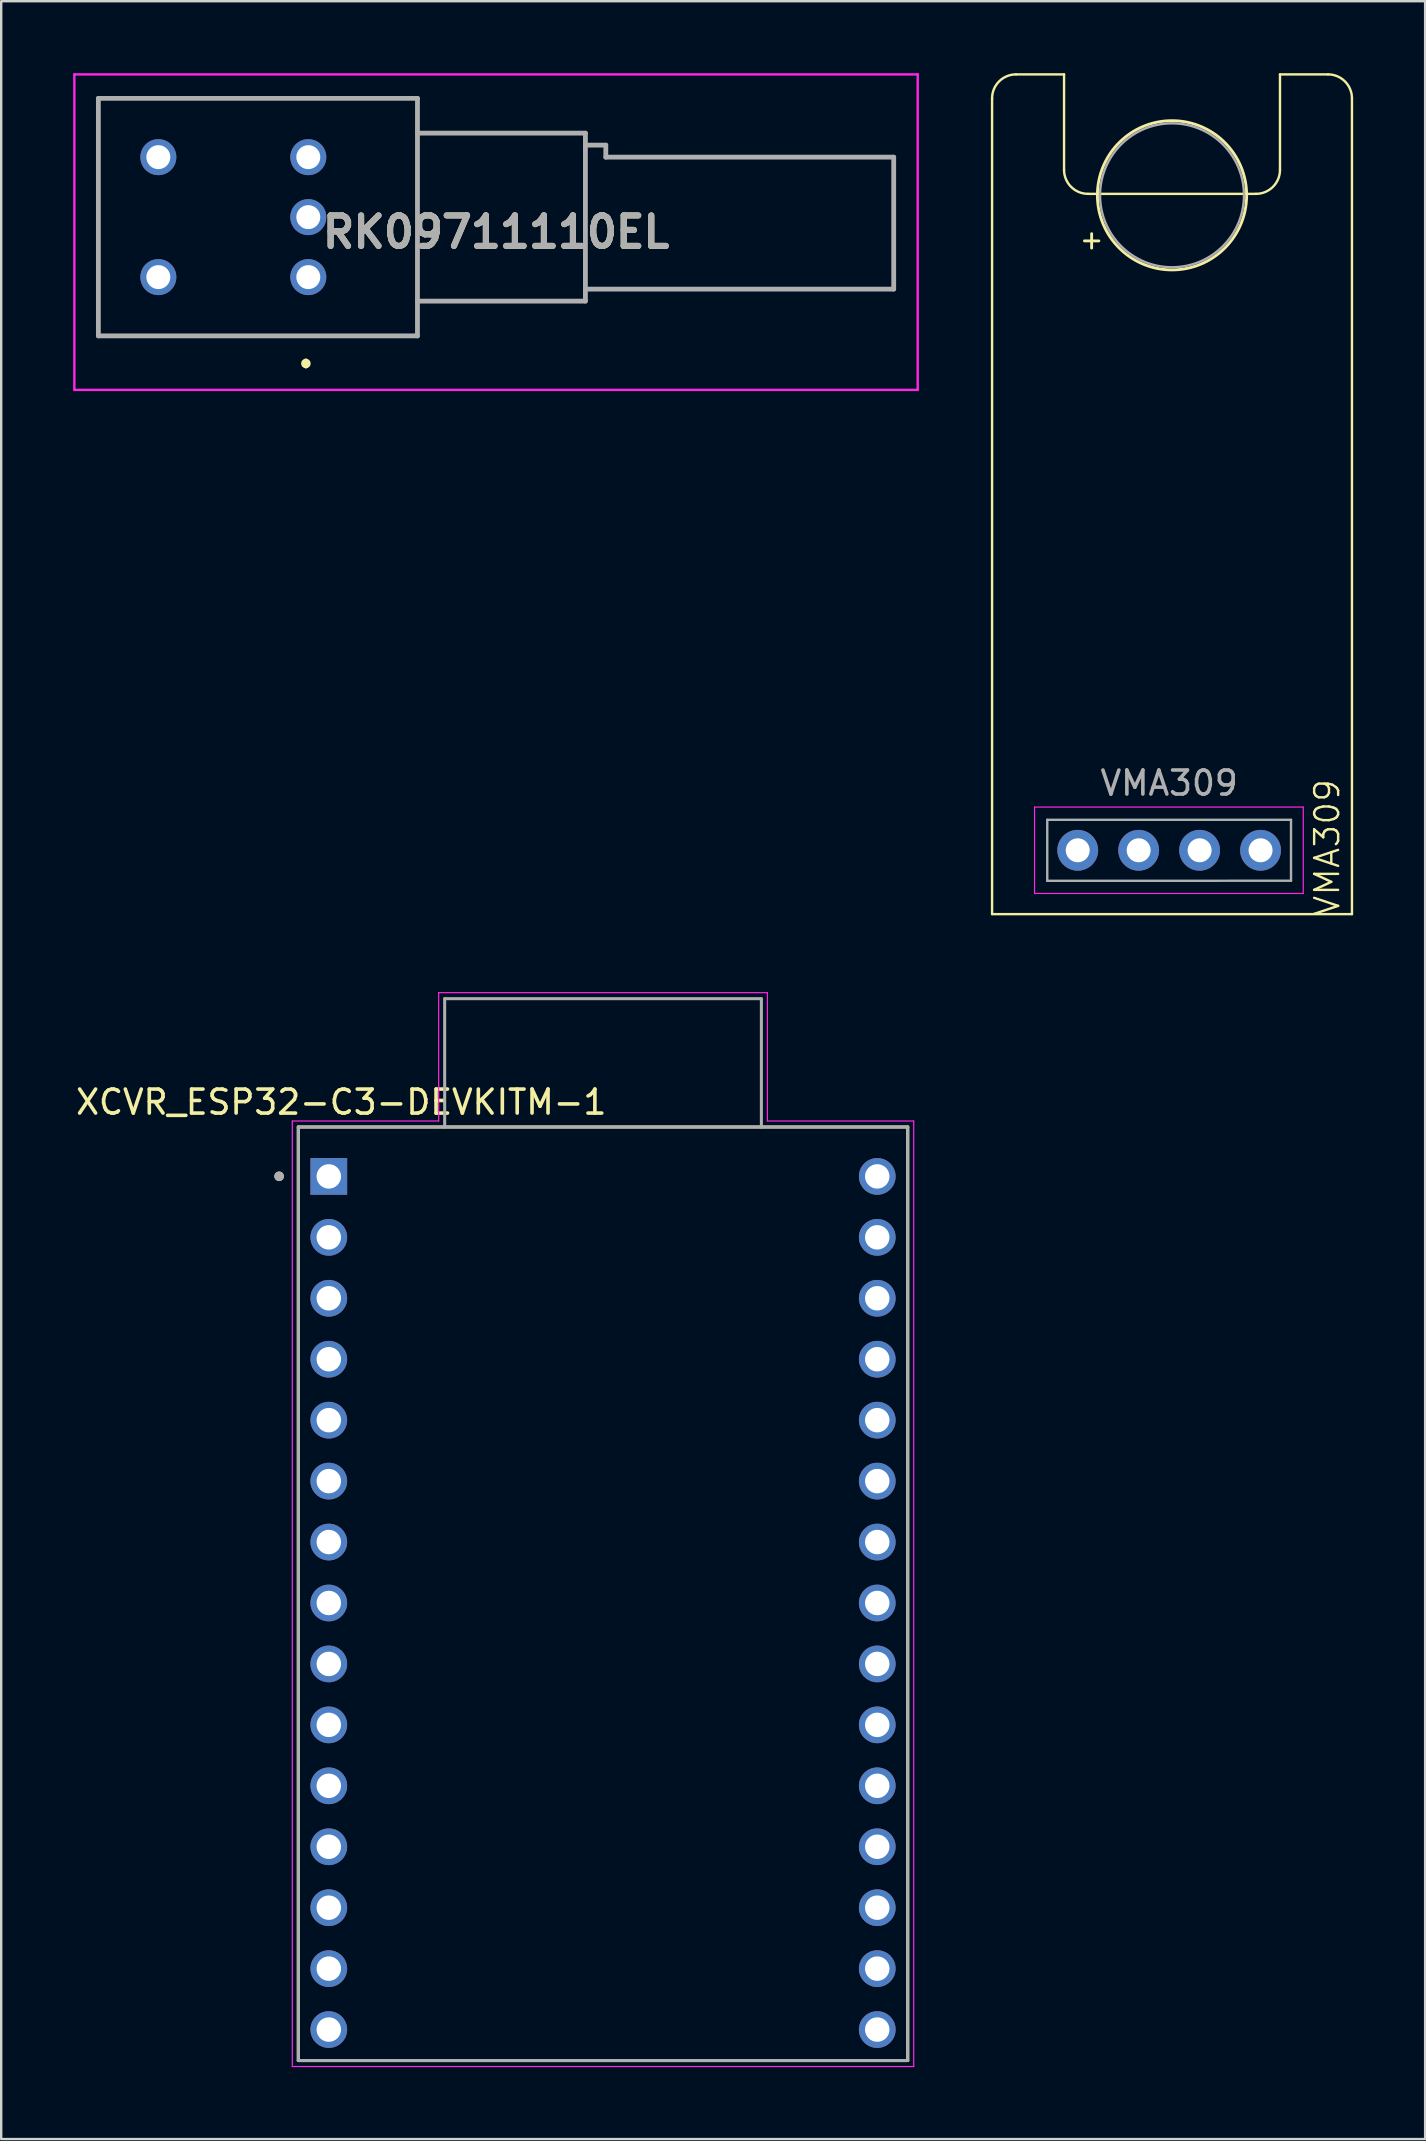
<source format=kicad_pcb>
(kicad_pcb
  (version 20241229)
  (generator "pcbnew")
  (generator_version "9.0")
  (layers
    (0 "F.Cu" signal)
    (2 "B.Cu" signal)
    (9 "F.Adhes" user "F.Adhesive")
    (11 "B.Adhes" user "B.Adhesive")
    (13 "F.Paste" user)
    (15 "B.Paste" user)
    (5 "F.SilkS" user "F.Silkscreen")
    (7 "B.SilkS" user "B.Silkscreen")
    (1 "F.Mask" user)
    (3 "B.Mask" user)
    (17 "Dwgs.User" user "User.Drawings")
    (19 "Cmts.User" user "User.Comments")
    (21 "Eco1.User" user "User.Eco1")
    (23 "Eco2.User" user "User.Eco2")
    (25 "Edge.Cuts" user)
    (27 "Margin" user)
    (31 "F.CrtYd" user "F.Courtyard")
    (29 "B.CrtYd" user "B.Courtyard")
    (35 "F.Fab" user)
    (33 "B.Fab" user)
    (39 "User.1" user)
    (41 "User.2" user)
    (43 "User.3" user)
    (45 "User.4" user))
  (footprint "XCVR_ESP32-C3-DEVKITM-1"
    (layer "F.Cu")
    (at 22.084 63.378)
    (property "Reference" "XCVR_ESP32-C3-DEVKITM-1" (at -10.911 -20.491 0) (layer "F.SilkS") (effects (font (size 1 1) (thickness 0.15))))
    (attr through_hole)
    (fp_line (start -12.7 -19.455) (end 12.7 -19.455) (stroke (width 0.127) (type solid)) (layer "F.SilkS"))
    (fp_line (start -12.7 19.455) (end -12.7 -19.455) (stroke (width 0.127) (type solid)) (layer "F.SilkS"))
    (fp_line (start 12.7 -19.455) (end 12.7 19.455) (stroke (width 0.127) (type solid)) (layer "F.SilkS"))
    (fp_line (start 12.7 19.455) (end -12.7 19.455) (stroke (width 0.127) (type solid)) (layer "F.SilkS"))
    (fp_circle (center -13.5 -17.4) (end -13.4 -17.4) (stroke (width 0.2) (type solid)) (fill no) (layer "F.SilkS"))
    (fp_line (start -12.95 -19.705) (end -12.95 19.705) (stroke (width 0.05) (type solid)) (layer "F.CrtYd"))
    (fp_line (start -12.95 19.705) (end 12.95 19.705) (stroke (width 0.05) (type solid)) (layer "F.CrtYd"))
    (fp_line (start -6.85 -25.053) (end -6.85 -19.705) (stroke (width 0.05) (type solid)) (layer "F.CrtYd"))
    (fp_line (start -6.85 -19.705) (end -12.95 -19.705) (stroke (width 0.05) (type solid)) (layer "F.CrtYd"))
    (fp_line (start 6.85 -25.053) (end -6.85 -25.053) (stroke (width 0.05) (type solid)) (layer "F.CrtYd"))
    (fp_line (start 6.85 -19.705) (end 6.85 -25.053) (stroke (width 0.05) (type solid)) (layer "F.CrtYd"))
    (fp_line (start 12.95 -19.705) (end 6.85 -19.705) (stroke (width 0.05) (type solid)) (layer "F.CrtYd"))
    (fp_line (start 12.95 19.705) (end 12.95 -19.705) (stroke (width 0.05) (type solid)) (layer "F.CrtYd"))
    (fp_line (start -12.7 -19.455) (end -6.6 -19.455) (stroke (width 0.127) (type solid)) (layer "F.Fab"))
    (fp_line (start -12.7 19.455) (end -12.7 -19.455) (stroke (width 0.127) (type solid)) (layer "F.Fab"))
    (fp_line (start -6.6 -24.803) (end 6.6 -24.803) (stroke (width 0.127) (type solid)) (layer "F.Fab"))
    (fp_line (start -6.6 -19.455) (end -6.6 -24.803) (stroke (width 0.127) (type solid)) (layer "F.Fab"))
    (fp_line (start -6.6 -19.455) (end 6.6 -19.455) (stroke (width 0.127) (type solid)) (layer "F.Fab"))
    (fp_line (start 6.6 -24.803) (end 6.6 -19.455) (stroke (width 0.127) (type solid)) (layer "F.Fab"))
    (fp_line (start 6.6 -19.455) (end 12.7 -19.455) (stroke (width 0.127) (type solid)) (layer "F.Fab"))
    (fp_line (start 12.7 -19.455) (end 12.7 19.455) (stroke (width 0.127) (type solid)) (layer "F.Fab"))
    (fp_line (start 12.7 19.455) (end -12.7 19.455) (stroke (width 0.127) (type solid)) (layer "F.Fab"))
    (fp_circle (center -13.5 -17.4) (end -13.4 -17.4) (stroke (width 0.2) (type solid)) (fill no) (layer "F.Fab"))
    (pad "1" thru_hole rect (at -11.43 -17.395) (size 1.53 1.53) (drill 1.02) (layers "*.Cu" "*.Mask"))
    (pad "2" thru_hole circle (at -11.43 -14.855) (size 1.53 1.53) (drill 1.02) (layers "*.Cu" "*.Mask"))
    (pad "3" thru_hole circle (at -11.43 -12.315) (size 1.53 1.53) (drill 1.02) (layers "*.Cu" "*.Mask"))
    (pad "4" thru_hole circle (at -11.43 -9.775) (size 1.53 1.53) (drill 1.02) (layers "*.Cu" "*.Mask"))
    (pad "5" thru_hole circle (at -11.43 -7.235) (size 1.53 1.53) (drill 1.02) (layers "*.Cu" "*.Mask"))
    (pad "6" thru_hole circle (at -11.43 -4.695) (size 1.53 1.53) (drill 1.02) (layers "*.Cu" "*.Mask"))
    (pad "7" thru_hole circle (at -11.43 -2.155) (size 1.53 1.53) (drill 1.02) (layers "*.Cu" "*.Mask"))
    (pad "8" thru_hole circle (at -11.43 0.385) (size 1.53 1.53) (drill 1.02) (layers "*.Cu" "*.Mask"))
    (pad "9" thru_hole circle (at -11.43 2.925) (size 1.53 1.53) (drill 1.02) (layers "*.Cu" "*.Mask"))
    (pad "10" thru_hole circle (at -11.43 5.465) (size 1.53 1.53) (drill 1.02) (layers "*.Cu" "*.Mask"))
    (pad "11" thru_hole circle (at -11.43 8.005) (size 1.53 1.53) (drill 1.02) (layers "*.Cu" "*.Mask"))
    (pad "12" thru_hole circle (at -11.43 10.545) (size 1.53 1.53) (drill 1.02) (layers "*.Cu" "*.Mask"))
    (pad "13" thru_hole circle (at -11.43 13.085) (size 1.53 1.53) (drill 1.02) (layers "*.Cu" "*.Mask"))
    (pad "14" thru_hole circle (at -11.43 15.625) (size 1.53 1.53) (drill 1.02) (layers "*.Cu" "*.Mask"))
    (pad "15" thru_hole circle (at -11.43 18.165) (size 1.53 1.53) (drill 1.02) (layers "*.Cu" "*.Mask"))
    (pad "16" thru_hole circle (at 11.43 18.165) (size 1.53 1.53) (drill 1.02) (layers "*.Cu" "*.Mask"))
    (pad "17" thru_hole circle (at 11.43 15.625) (size 1.53 1.53) (drill 1.02) (layers "*.Cu" "*.Mask"))
    (pad "18" thru_hole circle (at 11.43 13.085) (size 1.53 1.53) (drill 1.02) (layers "*.Cu" "*.Mask"))
    (pad "19" thru_hole circle (at 11.43 10.545) (size 1.53 1.53) (drill 1.02) (layers "*.Cu" "*.Mask"))
    (pad "20" thru_hole circle (at 11.43 8.005) (size 1.53 1.53) (drill 1.02) (layers "*.Cu" "*.Mask"))
    (pad "21" thru_hole circle (at 11.43 5.465) (size 1.53 1.53) (drill 1.02) (layers "*.Cu" "*.Mask"))
    (pad "22" thru_hole circle (at 11.43 2.925) (size 1.53 1.53) (drill 1.02) (layers "*.Cu" "*.Mask"))
    (pad "23" thru_hole circle (at 11.43 0.385) (size 1.53 1.53) (drill 1.02) (layers "*.Cu" "*.Mask"))
    (pad "24" thru_hole circle (at 11.43 -2.155) (size 1.53 1.53) (drill 1.02) (layers "*.Cu" "*.Mask"))
    (pad "25" thru_hole circle (at 11.43 -4.695) (size 1.53 1.53) (drill 1.02) (layers "*.Cu" "*.Mask"))
    (pad "26" thru_hole circle (at 11.43 -7.235) (size 1.53 1.53) (drill 1.02) (layers "*.Cu" "*.Mask"))
    (pad "27" thru_hole circle (at 11.43 -9.775) (size 1.53 1.53) (drill 1.02) (layers "*.Cu" "*.Mask"))
    (pad "28" thru_hole circle (at 11.43 -12.315) (size 1.53 1.53) (drill 1.02) (layers "*.Cu" "*.Mask"))
    (pad "29" thru_hole circle (at 11.43 -14.855) (size 1.53 1.53) (drill 1.02) (layers "*.Cu" "*.Mask"))
    (pad "30" thru_hole circle (at 11.43 -17.395) (size 1.53 1.53) (drill 1.02) (layers "*.Cu" "*.Mask")))
  (footprint "RK09711110EL"
    (layer "F.Cu")
    (at 9.8 8.5)
    (property "Reference" "RK09711110EL" (at 7.825 -1.875 0) (layer "F.SilkS") (effects (font (size 1.27 1.27) (thickness 0.254))))
    (attr through_hole)
    (fp_line (start -8.75 -7.45) (end 4.55 -7.45) (stroke (width 0.1) (type solid)) (layer "F.SilkS"))
    (fp_line (start -8.75 2.45) (end -8.75 -7.45) (stroke (width 0.1) (type solid)) (layer "F.SilkS"))
    (fp_line (start -0.1 3.5) (end -0.1 3.5) (stroke (width 0.2) (type solid)) (layer "F.SilkS"))
    (fp_line (start -0.1 3.7) (end -0.1 3.7) (stroke (width 0.2) (type solid)) (layer "F.SilkS"))
    (fp_line (start 4.55 -7.45) (end 4.55 2.45) (stroke (width 0.1) (type solid)) (layer "F.SilkS"))
    (fp_line (start 4.55 2.45) (end -8.75 2.45) (stroke (width 0.1) (type solid)) (layer "F.SilkS"))
    (fp_arc (start -0.1 3.5) (mid 0 3.6) (end -0.1 3.7) (stroke (width 0.2) (type solid)) (layer "F.SilkS"))
    (fp_arc (start -0.1 3.7) (mid -0.2 3.6) (end -0.1 3.5) (stroke (width 0.2) (type solid)) (layer "F.SilkS"))
    (fp_line (start -9.75 -8.45) (end 25.4 -8.45) (stroke (width 0.1) (type solid)) (layer "F.CrtYd"))
    (fp_line (start -9.75 4.7) (end -9.75 -8.45) (stroke (width 0.1) (type solid)) (layer "F.CrtYd"))
    (fp_line (start 25.4 -8.45) (end 25.4 4.7) (stroke (width 0.1) (type solid)) (layer "F.CrtYd"))
    (fp_line (start 25.4 4.7) (end -9.75 4.7) (stroke (width 0.1) (type solid)) (layer "F.CrtYd"))
    (fp_line (start -8.75 -7.45) (end 4.55 -7.45) (stroke (width 0.2) (type solid)) (layer "F.Fab"))
    (fp_line (start -8.75 2.45) (end -8.75 -7.45) (stroke (width 0.2) (type solid)) (layer "F.Fab"))
    (fp_line (start 4.55 -7.45) (end 4.55 2.45) (stroke (width 0.2) (type solid)) (layer "F.Fab"))
    (fp_line (start 4.55 -6) (end 11.55 -6) (stroke (width 0.2) (type solid)) (layer "F.Fab"))
    (fp_line (start 4.55 2.45) (end -8.75 2.45) (stroke (width 0.2) (type solid)) (layer "F.Fab"))
    (fp_line (start 11.55 -6) (end 11.55 1) (stroke (width 0.2) (type solid)) (layer "F.Fab"))
    (fp_line (start 11.55 -5.5) (end 12.4 -5.5) (stroke (width 0.2) (type solid)) (layer "F.Fab"))
    (fp_line (start 11.55 1) (end 4.55 1) (stroke (width 0.2) (type solid)) (layer "F.Fab"))
    (fp_line (start 12.4 -5.5) (end 12.4 -5) (stroke (width 0.2) (type solid)) (layer "F.Fab"))
    (fp_line (start 12.4 -5) (end 24.4 -5) (stroke (width 0.2) (type solid)) (layer "F.Fab"))
    (fp_line (start 24.4 -5) (end 24.4 0.5) (stroke (width 0.2) (type solid)) (layer "F.Fab"))
    (fp_line (start 24.4 0.5) (end 11.55 0.5) (stroke (width 0.2) (type solid)) (layer "F.Fab"))
    (fp_text user "${REFERENCE}" (at 7.825 -1.875 0) (layer "F.Fab") (effects (font (size 1.27 1.27) (thickness 0.254))))
    (pad "1" thru_hole circle (at 0 0) (size 1.5 1.5) (drill 1) (layers "*.Cu" "*.Mask"))
    (pad "2" thru_hole circle (at 0 -2.5) (size 1.5 1.5) (drill 1) (layers "*.Cu" "*.Mask"))
    (pad "3" thru_hole circle (at 0 -5) (size 1.5 1.5) (drill 1) (layers "*.Cu" "*.Mask"))
    (pad "4" thru_hole circle (at -6.25 0) (size 1.5 1.5) (drill 1) (layers "*.Cu" "*.Mask"))
    (pad "5" thru_hole circle (at -6.25 -5) (size 1.5 1.5) (drill 1) (layers "*.Cu" "*.Mask")))
  (footprint "VMA309"
    (layer "F.Cu")
    (at 45.68 35.05)
    (property "Reference" "VMA309" (at 6.586 -2.773 90) (unlocked yes) (layer "F.SilkS") (effects (font (size 1 1) (thickness 0.1))))
    (attr through_hole)
    (fp_line (start -7.38 -34) (end -7.38 0) (stroke (width 0.1) (type default)) (layer "F.SilkS"))
    (fp_line (start -6.38 -35) (end -4.38 -35) (stroke (width 0.1) (type default)) (layer "F.SilkS"))
    (fp_line (start -4.38 -31.02) (end -4.38 -35) (stroke (width 0.1) (type default)) (layer "F.SilkS"))
    (fp_line (start -3.38 -30.02) (end 3.62 -30.02) (stroke (width 0.1) (type default)) (layer "F.SilkS"))
    (fp_line (start -3.23 -28.06) (end -3.53 -28.06) (stroke (width 0.12) (type default)) (layer "F.SilkS"))
    (fp_line (start -3.23 -28.06) (end -2.93 -28.06) (stroke (width 0.12) (type default)) (layer "F.SilkS"))
    (fp_line (start -3.23 -27.76) (end -3.23 -28.36) (stroke (width 0.12) (type default)) (layer "F.SilkS"))
    (fp_line (start 4.62 -31.02) (end 4.62 -35) (stroke (width 0.1) (type default)) (layer "F.SilkS"))
    (fp_line (start 6.62 -35) (end 4.62 -35) (stroke (width 0.1) (type default)) (layer "F.SilkS"))
    (fp_line (start 7.62 -34) (end 7.62 0) (stroke (width 0.1) (type default)) (layer "F.SilkS"))
    (fp_line (start 7.62 0) (end -7.38 0) (stroke (width 0.1) (type default)) (layer "F.SilkS"))
    (fp_arc (start -7.38 -34) (mid -7.087107 -34.707107) (end -6.38 -35) (stroke (width 0.1) (type default)) (layer "F.SilkS"))
    (fp_arc (start -3.38 -30.02) (mid -4.087107 -30.312893) (end -4.38 -31.02) (stroke (width 0.1) (type default)) (layer "F.SilkS"))
    (fp_arc (start 4.62 -31.02) (mid 4.327107 -30.312893) (end 3.62 -30.02) (stroke (width 0.1) (type default)) (layer "F.SilkS"))
    (fp_arc (start 6.62 -35) (mid 7.327107 -34.707107) (end 7.62 -34) (stroke (width 0.1) (type default)) (layer "F.SilkS"))
    (fp_circle (center 0.12 -29.96) (end -2.99 -29.96) (stroke (width 0.12) (type default)) (fill no) (layer "F.SilkS"))
    (fp_line (start -5.61 -4.46) (end -5.61 -0.86) (stroke (width 0.05) (type solid)) (layer "F.CrtYd"))
    (fp_line (start -5.61 -0.86) (end 5.59 -0.86) (stroke (width 0.05) (type solid)) (layer "F.CrtYd"))
    (fp_line (start 5.589 -4.46) (end 5.589 -0.86) (stroke (width 0.05) (type solid)) (layer "F.CrtYd"))
    (fp_line (start 5.59 -4.46) (end -5.61 -4.46) (stroke (width 0.05) (type solid)) (layer "F.CrtYd"))
    (fp_line (start -5.08 -1.388) (end -5.08 -3.93) (stroke (width 0.1) (type solid)) (layer "F.Fab"))
    (fp_line (start -5.08 -3.93) (end 5.08 -3.93) (stroke (width 0.1) (type solid)) (layer "F.Fab"))
    (fp_line (start 5.08 -3.93) (end 5.08 -1.39) (stroke (width 0.1) (type solid)) (layer "F.Fab"))
    (fp_line (start 5.08 -1.39) (end -5.08 -1.388) (stroke (width 0.1) (type solid)) (layer "F.Fab"))
    (fp_circle (center 0.12 -29.96) (end 0.12 -26.96) (stroke (width 0.1) (type default)) (fill no) (layer "F.Fab"))
    (fp_text user "${REFERENCE}" (at 0 -5.46 0) (unlocked yes) (layer "F.Fab") (effects (font (size 1 1) (thickness 0.15))))
    (pad "1" thru_hole oval (at -3.81 -2.66 90) (size 1.7 1.7) (drill 1) (layers "*.Cu" "*.Mask"))
    (pad "2" thru_hole oval (at -1.27 -2.66 90) (size 1.7 1.7) (drill 1) (layers "*.Cu" "*.Mask"))
    (pad "3" thru_hole oval (at 1.27 -2.66 90) (size 1.7 1.7) (drill 1) (layers "*.Cu" "*.Mask"))
    (pad "4" thru_hole oval (at 3.81 -2.66 90) (size 1.7 1.7) (drill 1) (layers "*.Cu" "*.Mask")))
  (gr_rect
    (start -3 -3)
    (end 56.35 86.108)
    (stroke (width 0.1) (type default))
    (fill no)
    (layer "Edge.Cuts")))
</source>
